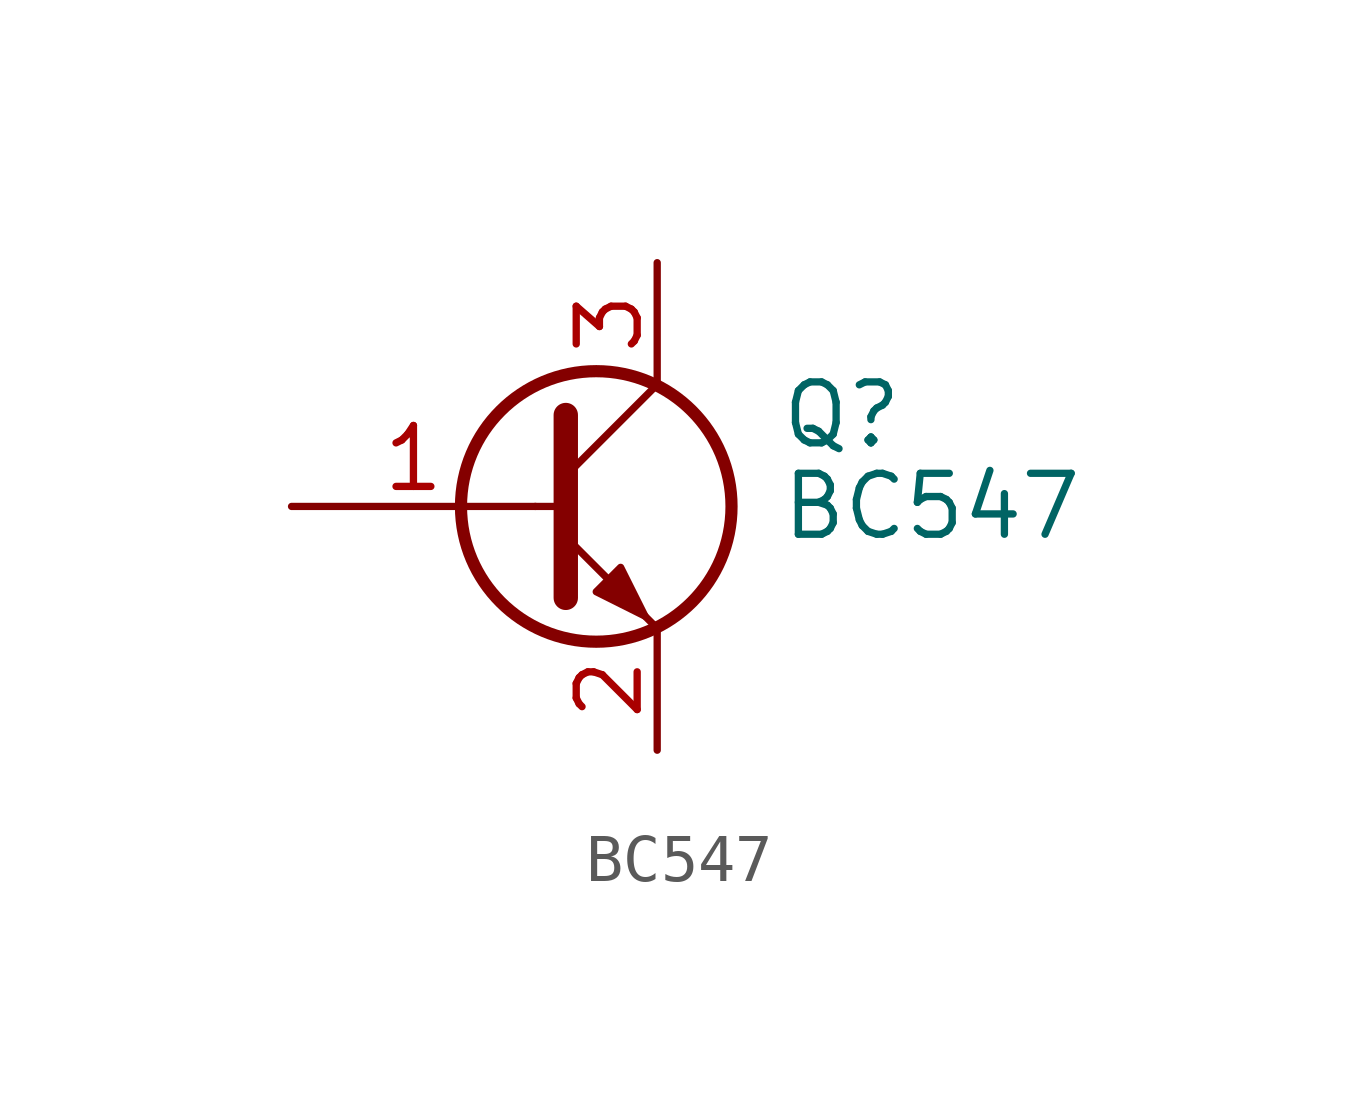
<source format=kicad_sym>
(kicad_symbol_lib
  (version 20231120)
  (generator "kicad_symbol_editor")
  (generator_version "8.0")
  (symbol "BC547"
    (pin_names
      (offset 0) hide)
    (property "Reference" "Q"
      (at 5.08 1.905 0)
      (effects (font (size 1.27 1.27)) (justify left)))
    (property "Value" "BC547"
      (at 5.08 0 0)
      (effects (font (size 1.27 1.27)) (justify left)))
    (symbol "BC547_0_1"
      (polyline (pts (xy 0 0) (xy 0.635 0)) (stroke (width 0) (type default)) (fill (type none)))
      (polyline (pts (xy 0.635 0.635) (xy 2.54 2.54)) (stroke (width 0) (type default)) (fill (type none)))
      (polyline (pts (xy 0.635 -0.635) (xy 2.54 -2.54) (xy 2.54 -2.54)) (stroke (width 0) (type default)) (fill (type none)))
      (polyline (pts (xy 0.635 1.905) (xy 0.635 -1.905) (xy 0.635 -1.905)) (stroke (width 0.508) (type default)) (fill (type none)))
      (polyline (pts (xy 1.27 -1.778) (xy 1.778 -1.27) (xy 2.286 -2.286) (xy 1.27 -1.778) (xy 1.27 -1.778)) (stroke (width 0) (type default)) (fill (type outline)))
      (circle (center 1.27 0) (radius 2.819) (stroke (width 0.254) (type default)) (fill (type none))))
    (symbol "BC547_1_1"
      (pin input line (at -5.08 0 0) (length 5.08) (name "B" (effects (font (size 1.27 1.27)))) (number "1" (effects (font (size 1.27 1.27)))))
      (pin passive line (at 2.54 -5.08 90) (length 2.54) (name "E" (effects (font (size 1.27 1.27)))) (number "2" (effects (font (size 1.27 1.27)))))
      (pin passive line (at 2.54 5.08 270) (length 2.54) (name "C" (effects (font (size 1.27 1.27)))) (number "3" (effects (font (size 1.27 1.27))))))))
</source>
